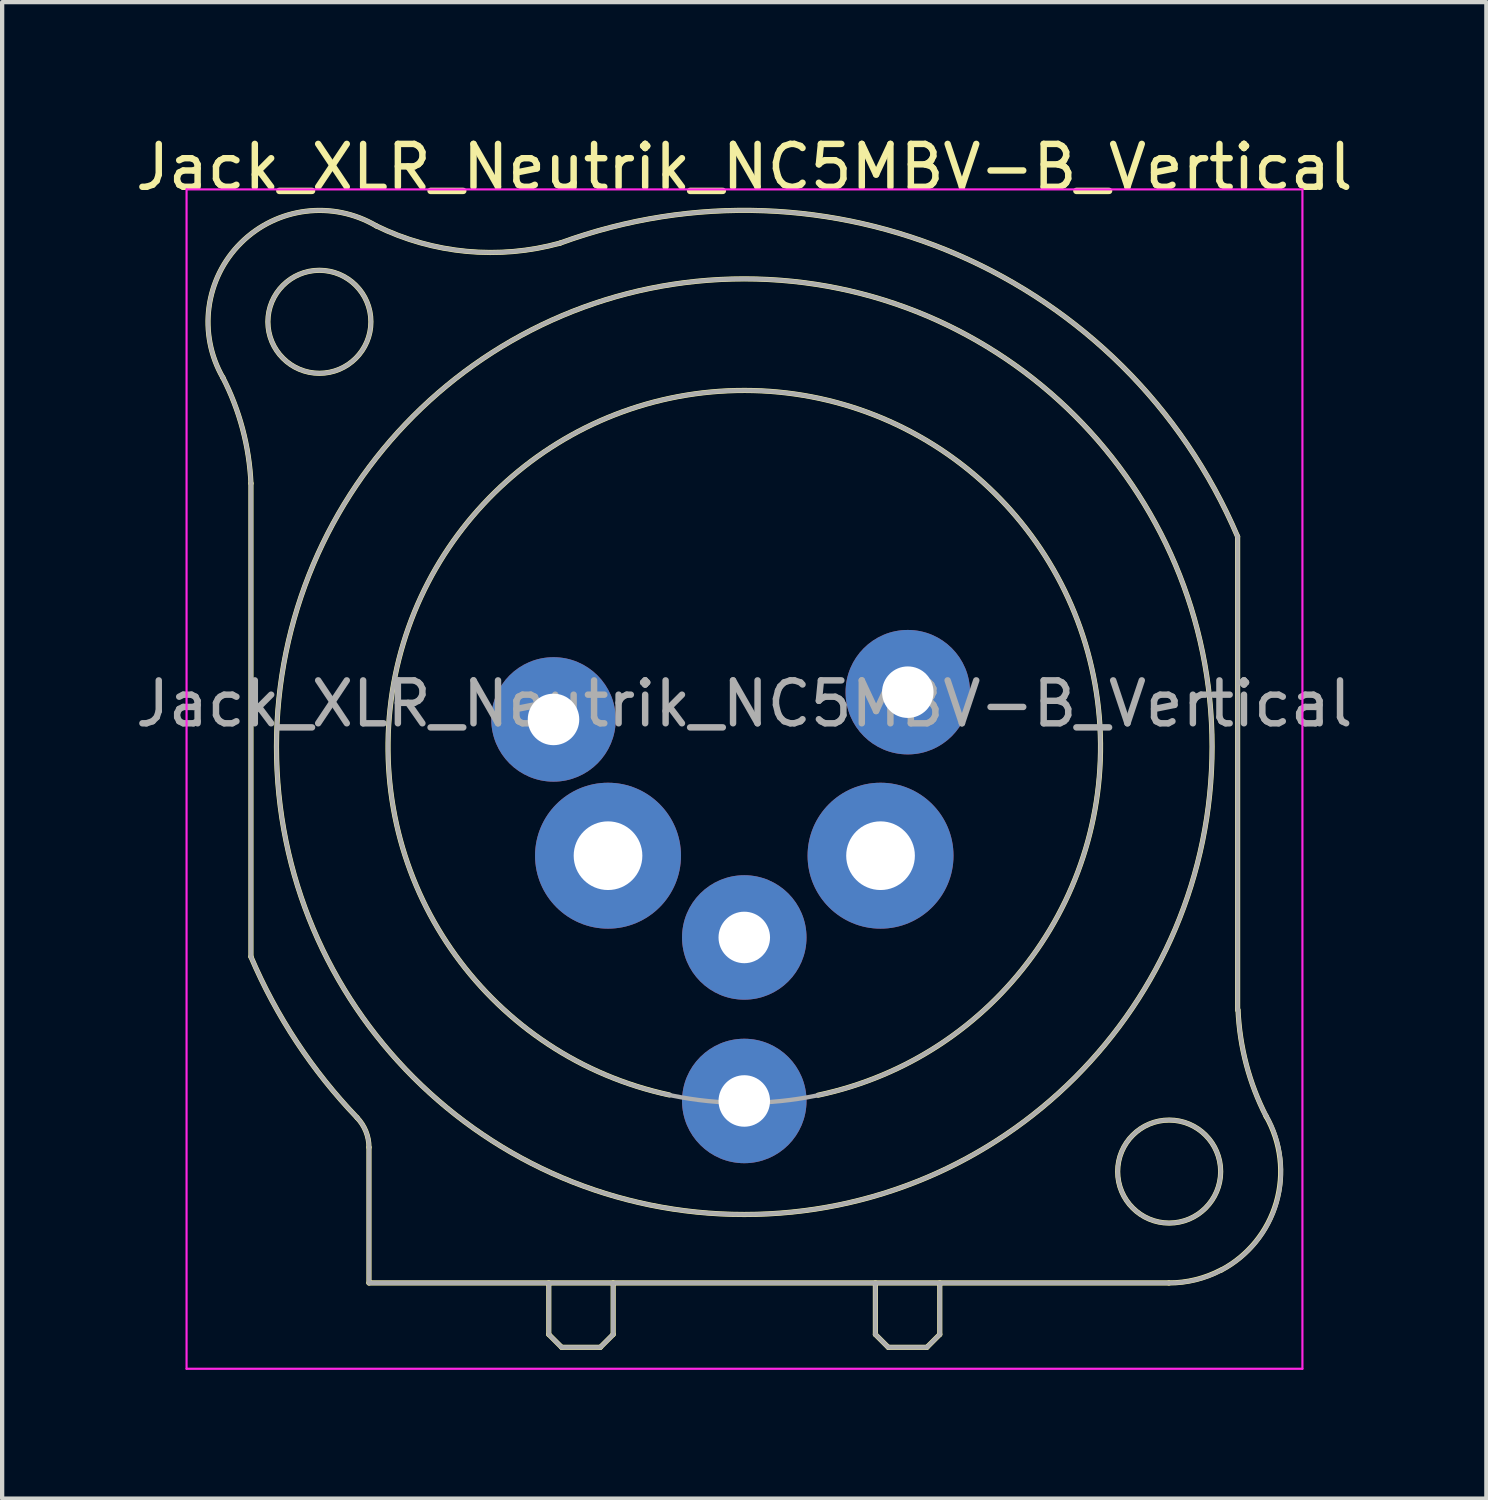
<source format=kicad_pcb>
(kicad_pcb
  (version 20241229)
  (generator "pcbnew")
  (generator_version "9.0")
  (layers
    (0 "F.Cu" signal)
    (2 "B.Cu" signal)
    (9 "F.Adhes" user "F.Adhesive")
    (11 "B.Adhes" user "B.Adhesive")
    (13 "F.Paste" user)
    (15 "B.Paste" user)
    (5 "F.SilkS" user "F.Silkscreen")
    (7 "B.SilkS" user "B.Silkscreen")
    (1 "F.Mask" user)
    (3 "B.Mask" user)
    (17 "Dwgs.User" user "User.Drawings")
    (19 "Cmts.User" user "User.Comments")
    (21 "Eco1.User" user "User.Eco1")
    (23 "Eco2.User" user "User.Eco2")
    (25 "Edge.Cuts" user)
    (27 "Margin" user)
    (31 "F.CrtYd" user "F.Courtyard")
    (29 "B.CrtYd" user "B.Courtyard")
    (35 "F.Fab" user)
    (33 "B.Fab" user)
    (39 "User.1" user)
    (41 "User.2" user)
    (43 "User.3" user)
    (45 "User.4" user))
  (footprint "Jack_XLR_Neutrik_NC5MBV-B_Vertical"
    (layer "F.Cu")
    (at 9.847 13.713)
    (property "Reference" "Jack_XLR_Neutrik_NC5MBV-B_Vertical" (at 4.445 -12.865 0) (layer "F.SilkS") (effects (font (size 1 1) (thickness 0.15))))
    (attr through_hole)
    (fp_line (start -7.05 -5.5) (end -7.05 5.53) (stroke (width 0.12) (type solid)) (layer "F.SilkS"))
    (fp_line (start -4.3 9.97) (end -4.3 13.13) (stroke (width 0.12) (type solid)) (layer "F.SilkS"))
    (fp_line (start -0.11 13.13) (end -0.11 14.33) (stroke (width 0.12) (type solid)) (layer "F.SilkS"))
    (fp_line (start -0.11 14.33) (end 0.19 14.63) (stroke (width 0.12) (type solid)) (layer "F.SilkS"))
    (fp_line (start 0.19 14.63) (end 1.09 14.63) (stroke (width 0.12) (type solid)) (layer "F.SilkS"))
    (fp_line (start 1.39 13.13) (end 1.39 14.33) (stroke (width 0.12) (type solid)) (layer "F.SilkS"))
    (fp_line (start 1.39 14.33) (end 1.09 14.63) (stroke (width 0.12) (type solid)) (layer "F.SilkS"))
    (fp_line (start 7.5 13.13) (end 7.5 14.33) (stroke (width 0.12) (type solid)) (layer "F.SilkS"))
    (fp_line (start 7.5 14.33) (end 7.8 14.63) (stroke (width 0.12) (type solid)) (layer "F.SilkS"))
    (fp_line (start 8.7 14.63) (end 7.8 14.63) (stroke (width 0.12) (type solid)) (layer "F.SilkS"))
    (fp_line (start 9 13.13) (end 9 14.33) (stroke (width 0.12) (type solid)) (layer "F.SilkS"))
    (fp_line (start 9 14.33) (end 8.7 14.63) (stroke (width 0.12) (type solid)) (layer "F.SilkS"))
    (fp_line (start 14.34 13.13) (end -4.3 13.13) (stroke (width 0.12) (type solid)) (layer "F.SilkS"))
    (fp_line (start 15.94 6.77) (end 15.94 -4.26) (stroke (width 0.12) (type solid)) (layer "F.SilkS"))
    (fp_arc (start -7.706072 -7.969016) (mid -7.245016 -6.769854) (end -7.05 -5.5) (stroke (width 0.12) (type solid)) (layer "F.SilkS"))
    (fp_arc (start -7.701898 -7.960402) (mid -7.280108 -11.106809) (end -4.13 -11.5) (stroke (width 0.12) (type solid)) (layer "F.SilkS"))
    (fp_arc (start -4.57767 9.277192) (mid -5.983521 7.515552) (end -7.05 5.53) (stroke (width 0.12) (type solid)) (layer "F.SilkS"))
    (fp_arc (start -4.577033 9.279118) (mid -4.371839 9.597822) (end -4.3 9.97) (stroke (width 0.12) (type solid)) (layer "F.SilkS"))
    (fp_arc (start 0.155138 -11.099295) (mid -2.024203 -10.906412) (end -4.13 -11.5) (stroke (width 0.12) (type solid)) (layer "F.SilkS"))
    (fp_arc (start 0.15831 -11.100431) (mid 9.413683 -10.828344) (end 15.94 -4.26) (stroke (width 0.12) (type solid)) (layer "F.SilkS"))
    (fp_arc (start 2.7 8.75) (mid 4.457421 -7.665488) (end 6.165706 8.755186) (stroke (width 0.12) (type solid)) (layer "F.SilkS"))
    (fp_arc (start 15.548589 12.832023) (mid 14.96239 13.054406) (end 14.34 13.13) (stroke (width 0.12) (type solid)) (layer "F.SilkS"))
    (fp_arc (start 16.602795 9.242305) (mid 16.840071 11.256668) (end 15.56 12.83) (stroke (width 0.12) (type solid)) (layer "F.SilkS"))
    (fp_arc (start 16.607596 9.253415) (mid 16.144453 8.047281) (end 15.95 6.77) (stroke (width 0.12) (type solid)) (layer "F.SilkS"))
    (fp_circle (center -5.455 -9.265) (end -4.255 -9.265) (stroke (width 0.12) (type solid)) (fill no) (layer "F.SilkS"))
    (fp_circle (center 4.445 0.635) (end 15.345 0.635) (stroke (width 0.12) (type solid)) (fill no) (layer "F.SilkS"))
    (fp_circle (center 14.345 10.535) (end 15.545 10.535) (stroke (width 0.12) (type solid)) (fill no) (layer "F.SilkS"))
    (fp_line (start -8.55 -12.35) (end 17.45 -12.35) (stroke (width 0.05) (type solid)) (layer "F.CrtYd"))
    (fp_line (start -8.55 15.13) (end -8.55 -12.35) (stroke (width 0.05) (type solid)) (layer "F.CrtYd"))
    (fp_line (start 17.45 -12.35) (end 17.45 15.13) (stroke (width 0.05) (type solid)) (layer "F.CrtYd"))
    (fp_line (start 17.45 15.13) (end -8.55 15.13) (stroke (width 0.05) (type solid)) (layer "F.CrtYd"))
    (fp_line (start -7.05 -5.5) (end -7.05 5.53) (stroke (width 0.1) (type solid)) (layer "F.Fab"))
    (fp_line (start -4.3 9.97) (end -4.3 13.13) (stroke (width 0.1) (type solid)) (layer "F.Fab"))
    (fp_line (start -0.11 13.13) (end -0.11 14.33) (stroke (width 0.1) (type solid)) (layer "F.Fab"))
    (fp_line (start -0.11 14.33) (end 0.19 14.63) (stroke (width 0.1) (type solid)) (layer "F.Fab"))
    (fp_line (start 0.19 14.63) (end 1.09 14.63) (stroke (width 0.1) (type solid)) (layer "F.Fab"))
    (fp_line (start 1.39 13.13) (end 1.39 14.33) (stroke (width 0.1) (type solid)) (layer "F.Fab"))
    (fp_line (start 1.39 14.33) (end 1.09 14.63) (stroke (width 0.1) (type solid)) (layer "F.Fab"))
    (fp_line (start 7.5 13.13) (end 7.5 14.33) (stroke (width 0.1) (type solid)) (layer "F.Fab"))
    (fp_line (start 7.5 14.33) (end 7.8 14.63) (stroke (width 0.1) (type solid)) (layer "F.Fab"))
    (fp_line (start 8.7 14.63) (end 7.8 14.63) (stroke (width 0.1) (type solid)) (layer "F.Fab"))
    (fp_line (start 9 13.13) (end 9 14.33) (stroke (width 0.1) (type solid)) (layer "F.Fab"))
    (fp_line (start 9 14.33) (end 8.7 14.63) (stroke (width 0.1) (type solid)) (layer "F.Fab"))
    (fp_line (start 14.34 13.13) (end -4.3 13.13) (stroke (width 0.1) (type solid)) (layer "F.Fab"))
    (fp_line (start 15.94 6.77) (end 15.94 -4.26) (stroke (width 0.1) (type solid)) (layer "F.Fab"))
    (fp_arc (start -7.706072 -7.969016) (mid -7.245016 -6.769854) (end -7.05 -5.5) (stroke (width 0.1) (type solid)) (layer "F.Fab"))
    (fp_arc (start -7.701898 -7.960402) (mid -7.280108 -11.106809) (end -4.13 -11.5) (stroke (width 0.1) (type solid)) (layer "F.Fab"))
    (fp_arc (start -4.57767 9.277192) (mid -5.983521 7.515552) (end -7.05 5.53) (stroke (width 0.1) (type solid)) (layer "F.Fab"))
    (fp_arc (start -4.577033 9.279118) (mid -4.371839 9.597822) (end -4.3 9.97) (stroke (width 0.1) (type solid)) (layer "F.Fab"))
    (fp_arc (start 0.155138 -11.099295) (mid -2.024203 -10.906412) (end -4.13 -11.5) (stroke (width 0.1) (type solid)) (layer "F.Fab"))
    (fp_arc (start 0.15831 -11.100431) (mid 9.413683 -10.828344) (end 15.94 -4.26) (stroke (width 0.1) (type solid)) (layer "F.Fab"))
    (fp_arc (start 16.564991 9.168414) (mid 16.616945 11.80321) (end 14.34 13.13) (stroke (width 0.1) (type solid)) (layer "F.Fab"))
    (fp_arc (start 16.574479 9.187942) (mid 16.135172 8.011789) (end 15.95 6.77) (stroke (width 0.1) (type solid)) (layer "F.Fab"))
    (fp_circle (center -5.455 -9.265) (end -4.255 -9.265) (stroke (width 0.1) (type solid)) (fill no) (layer "F.Fab"))
    (fp_circle (center 4.445 0.635) (end 12.745 0.635) (stroke (width 0.1) (type solid)) (fill no) (layer "F.Fab"))
    (fp_circle (center 4.445 0.635) (end 15.345 0.635) (stroke (width 0.1) (type solid)) (fill no) (layer "F.Fab"))
    (fp_circle (center 14.345 10.535) (end 15.545 10.535) (stroke (width 0.1) (type solid)) (fill no) (layer "F.Fab"))
    (fp_text user "${REFERENCE}" (at 4.445 -0.365 0) (layer "F.Fab") (effects (font (size 1 1) (thickness 0.15))))
    (pad "1" thru_hole circle (at 0 0) (size 2.9 2.9) (drill 1.2) (layers "*.Cu" "*.Mask"))
    (pad "2" thru_hole circle (at 1.27 3.175) (size 3.4 3.4) (drill 1.6) (layers "*.Cu" "*.Mask"))
    (pad "3" thru_hole circle (at 4.445 5.08) (size 2.9 2.9) (drill 1.2) (layers "*.Cu" "*.Mask"))
    (pad "4" thru_hole circle (at 7.62 3.175) (size 3.4 3.4) (drill 1.6) (layers "*.Cu" "*.Mask"))
    (pad "5" thru_hole circle (at 8.255 -0.635) (size 2.9 2.9) (drill 1.2) (layers "*.Cu" "*.Mask"))
    (pad "G" thru_hole circle (at 4.445 8.89) (size 2.9 2.9) (drill 1.2) (layers "*.Cu" "*.Mask")))
  (gr_rect
    (start -3 -3)
    (end 31.583 31.868)
    (stroke (width 0.1) (type default))
    (fill no)
    (layer "Edge.Cuts")))
</source>
